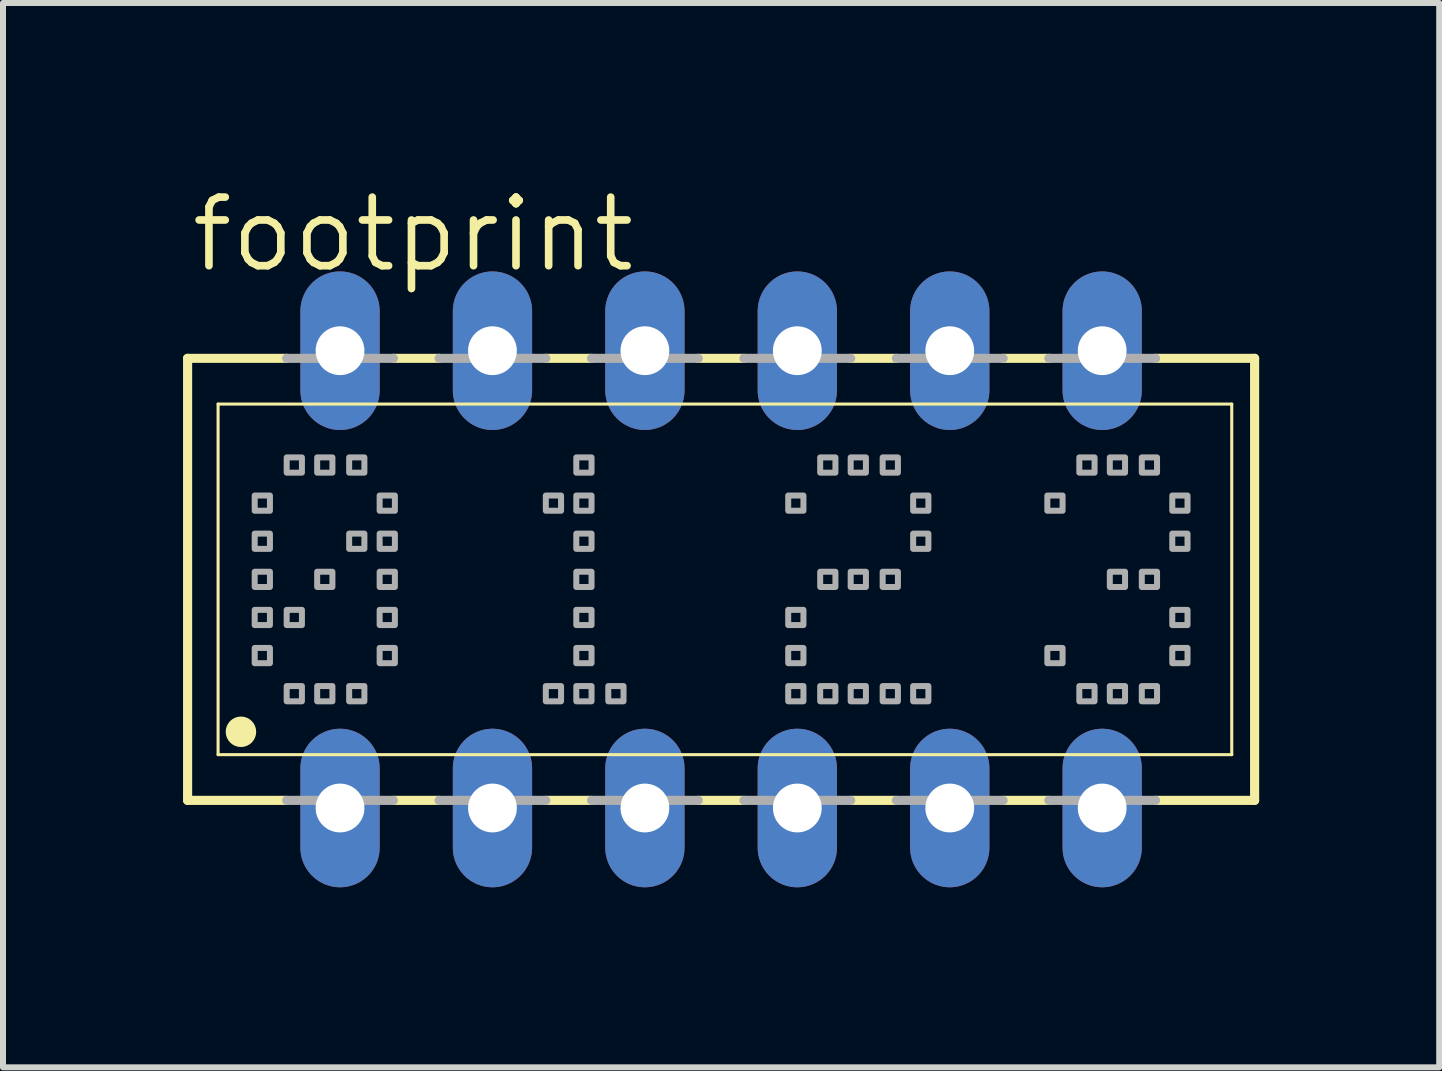
<source format=kicad_pcb>
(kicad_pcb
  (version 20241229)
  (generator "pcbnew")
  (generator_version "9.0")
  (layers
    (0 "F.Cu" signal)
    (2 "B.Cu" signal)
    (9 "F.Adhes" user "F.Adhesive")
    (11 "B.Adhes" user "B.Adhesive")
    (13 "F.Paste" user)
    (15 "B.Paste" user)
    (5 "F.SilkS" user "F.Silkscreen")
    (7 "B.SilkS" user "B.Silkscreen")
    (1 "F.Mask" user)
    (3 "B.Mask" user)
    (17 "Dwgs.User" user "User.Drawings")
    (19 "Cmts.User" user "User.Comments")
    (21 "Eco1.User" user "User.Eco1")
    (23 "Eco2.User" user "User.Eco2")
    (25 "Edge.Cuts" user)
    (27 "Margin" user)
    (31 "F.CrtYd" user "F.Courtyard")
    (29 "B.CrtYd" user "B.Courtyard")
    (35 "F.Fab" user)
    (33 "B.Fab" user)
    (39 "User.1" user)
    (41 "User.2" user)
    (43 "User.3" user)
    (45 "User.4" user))
  (footprint "footprint"
    (layer "F.Cu")
    (at 8.966 6.604)
    (property "Reference" "footprint" (at -8.89 -5.08 0) (layer "F.SilkS") (effects (font (size 1.143 1.143) (thickness 0.127)) (justify left bottom)))
    (fp_line (start -8.89 -3.683) (end -8.89 3.683) (stroke (width 0.152) (type solid)) (layer "F.SilkS"))
    (fp_line (start -8.382 2.921) (end -8.382 -2.921) (stroke (width 0.051) (type solid)) (layer "F.SilkS"))
    (fp_line (start -8.382 2.921) (end 8.509 2.921) (stroke (width 0.051) (type solid)) (layer "F.SilkS"))
    (fp_line (start -7.239 -3.683) (end -8.89 -3.683) (stroke (width 0.152) (type solid)) (layer "F.SilkS"))
    (fp_line (start -7.239 3.683) (end -8.89 3.683) (stroke (width 0.152) (type solid)) (layer "F.SilkS"))
    (fp_line (start -4.699 -3.683) (end -5.461 -3.683) (stroke (width 0.152) (type solid)) (layer "F.SilkS"))
    (fp_line (start -4.699 3.683) (end -5.461 3.683) (stroke (width 0.152) (type solid)) (layer "F.SilkS"))
    (fp_line (start -2.159 -3.683) (end -2.921 -3.683) (stroke (width 0.152) (type solid)) (layer "F.SilkS"))
    (fp_line (start -2.159 3.683) (end -2.921 3.683) (stroke (width 0.152) (type solid)) (layer "F.SilkS"))
    (fp_line (start 0.381 -3.683) (end -0.381 -3.683) (stroke (width 0.152) (type solid)) (layer "F.SilkS"))
    (fp_line (start 0.381 3.683) (end -0.381 3.683) (stroke (width 0.152) (type solid)) (layer "F.SilkS"))
    (fp_line (start 2.921 -3.683) (end 2.159 -3.683) (stroke (width 0.152) (type solid)) (layer "F.SilkS"))
    (fp_line (start 2.921 3.683) (end 2.159 3.683) (stroke (width 0.152) (type solid)) (layer "F.SilkS"))
    (fp_line (start 5.461 -3.683) (end 4.699 -3.683) (stroke (width 0.152) (type solid)) (layer "F.SilkS"))
    (fp_line (start 5.461 3.683) (end 4.699 3.683) (stroke (width 0.152) (type solid)) (layer "F.SilkS"))
    (fp_line (start 8.509 -2.921) (end -8.382 -2.921) (stroke (width 0.051) (type solid)) (layer "F.SilkS"))
    (fp_line (start 8.509 -2.921) (end 8.509 2.921) (stroke (width 0.051) (type solid)) (layer "F.SilkS"))
    (fp_line (start 8.89 -3.683) (end 7.239 -3.683) (stroke (width 0.152) (type solid)) (layer "F.SilkS"))
    (fp_line (start 8.89 3.683) (end 7.239 3.683) (stroke (width 0.152) (type solid)) (layer "F.SilkS"))
    (fp_line (start 8.89 3.683) (end 8.89 -3.683) (stroke (width 0.152) (type solid)) (layer "F.SilkS"))
    (fp_circle (center -8.001 2.54) (end -7.874 2.54) (stroke (width 0.254) (type solid)) (fill no) (layer "F.SilkS"))
    (fp_line (start -7.239 -3.683) (end -5.461 -3.683) (stroke (width 0.152) (type solid)) (layer "F.Fab"))
    (fp_line (start -5.461 3.683) (end -7.239 3.683) (stroke (width 0.152) (type solid)) (layer "F.Fab"))
    (fp_line (start -4.699 -3.683) (end -2.921 -3.683) (stroke (width 0.152) (type solid)) (layer "F.Fab"))
    (fp_line (start -4.699 3.683) (end -2.921 3.683) (stroke (width 0.152) (type solid)) (layer "F.Fab"))
    (fp_line (start -0.381 -3.683) (end -2.159 -3.683) (stroke (width 0.152) (type solid)) (layer "F.Fab"))
    (fp_line (start -0.381 3.683) (end -2.159 3.683) (stroke (width 0.152) (type solid)) (layer "F.Fab"))
    (fp_line (start 0.381 -3.683) (end 2.159 -3.683) (stroke (width 0.152) (type solid)) (layer "F.Fab"))
    (fp_line (start 2.159 3.683) (end 0.381 3.683) (stroke (width 0.152) (type solid)) (layer "F.Fab"))
    (fp_line (start 4.699 -3.683) (end 2.921 -3.683) (stroke (width 0.152) (type solid)) (layer "F.Fab"))
    (fp_line (start 4.699 3.683) (end 2.921 3.683) (stroke (width 0.152) (type solid)) (layer "F.Fab"))
    (fp_line (start 5.461 -3.683) (end 7.239 -3.683) (stroke (width 0.152) (type solid)) (layer "F.Fab"))
    (fp_line (start 5.461 3.683) (end 7.239 3.683) (stroke (width 0.152) (type solid)) (layer "F.Fab"))
    (fp_poly (pts (xy -7.772 -1.143) (xy -7.518 -1.143) (xy -7.518 -1.397) (xy -7.772 -1.397)) (stroke (width 0.1) (type solid)) (fill no) (layer "F.Fab"))
    (fp_poly (pts (xy -7.772 -0.508) (xy -7.518 -0.508) (xy -7.518 -0.762) (xy -7.772 -0.762)) (stroke (width 0.1) (type solid)) (fill no) (layer "F.Fab"))
    (fp_poly (pts (xy -7.772 0.127) (xy -7.518 0.127) (xy -7.518 -0.127) (xy -7.772 -0.127)) (stroke (width 0.1) (type solid)) (fill no) (layer "F.Fab"))
    (fp_poly (pts (xy -7.772 0.762) (xy -7.518 0.762) (xy -7.518 0.508) (xy -7.772 0.508)) (stroke (width 0.1) (type solid)) (fill no) (layer "F.Fab"))
    (fp_poly (pts (xy -7.772 1.397) (xy -7.518 1.397) (xy -7.518 1.143) (xy -7.772 1.143)) (stroke (width 0.1) (type solid)) (fill no) (layer "F.Fab"))
    (fp_poly (pts (xy -7.239 -1.778) (xy -6.985 -1.778) (xy -6.985 -2.032) (xy -7.239 -2.032)) (stroke (width 0.1) (type solid)) (fill no) (layer "F.Fab"))
    (fp_poly (pts (xy -7.239 0.762) (xy -6.985 0.762) (xy -6.985 0.508) (xy -7.239 0.508)) (stroke (width 0.1) (type solid)) (fill no) (layer "F.Fab"))
    (fp_poly (pts (xy -7.239 2.032) (xy -6.985 2.032) (xy -6.985 1.778) (xy -7.239 1.778)) (stroke (width 0.1) (type solid)) (fill no) (layer "F.Fab"))
    (fp_poly (pts (xy -6.731 -1.778) (xy -6.477 -1.778) (xy -6.477 -2.032) (xy -6.731 -2.032)) (stroke (width 0.1) (type solid)) (fill no) (layer "F.Fab"))
    (fp_poly (pts (xy -6.731 0.127) (xy -6.477 0.127) (xy -6.477 -0.127) (xy -6.731 -0.127)) (stroke (width 0.1) (type solid)) (fill no) (layer "F.Fab"))
    (fp_poly (pts (xy -6.731 2.032) (xy -6.477 2.032) (xy -6.477 1.778) (xy -6.731 1.778)) (stroke (width 0.1) (type solid)) (fill no) (layer "F.Fab"))
    (fp_poly (pts (xy -6.198 -1.778) (xy -5.944 -1.778) (xy -5.944 -2.032) (xy -6.198 -2.032)) (stroke (width 0.1) (type solid)) (fill no) (layer "F.Fab"))
    (fp_poly (pts (xy -6.198 -0.508) (xy -5.944 -0.508) (xy -5.944 -0.762) (xy -6.198 -0.762)) (stroke (width 0.1) (type solid)) (fill no) (layer "F.Fab"))
    (fp_poly (pts (xy -6.198 2.032) (xy -5.944 2.032) (xy -5.944 1.778) (xy -6.198 1.778)) (stroke (width 0.1) (type solid)) (fill no) (layer "F.Fab"))
    (fp_poly (pts (xy -5.69 -1.143) (xy -5.436 -1.143) (xy -5.436 -1.397) (xy -5.69 -1.397)) (stroke (width 0.1) (type solid)) (fill no) (layer "F.Fab"))
    (fp_poly (pts (xy -5.69 -0.508) (xy -5.436 -0.508) (xy -5.436 -0.762) (xy -5.69 -0.762)) (stroke (width 0.1) (type solid)) (fill no) (layer "F.Fab"))
    (fp_poly (pts (xy -5.69 0.127) (xy -5.436 0.127) (xy -5.436 -0.127) (xy -5.69 -0.127)) (stroke (width 0.1) (type solid)) (fill no) (layer "F.Fab"))
    (fp_poly (pts (xy -5.69 0.762) (xy -5.436 0.762) (xy -5.436 0.508) (xy -5.69 0.508)) (stroke (width 0.1) (type solid)) (fill no) (layer "F.Fab"))
    (fp_poly (pts (xy -5.69 1.397) (xy -5.436 1.397) (xy -5.436 1.143) (xy -5.69 1.143)) (stroke (width 0.1) (type solid)) (fill no) (layer "F.Fab"))
    (fp_poly (pts (xy -2.921 -1.143) (xy -2.667 -1.143) (xy -2.667 -1.397) (xy -2.921 -1.397)) (stroke (width 0.1) (type solid)) (fill no) (layer "F.Fab"))
    (fp_poly (pts (xy -2.921 2.032) (xy -2.667 2.032) (xy -2.667 1.778) (xy -2.921 1.778)) (stroke (width 0.1) (type solid)) (fill no) (layer "F.Fab"))
    (fp_poly (pts (xy -2.413 -1.778) (xy -2.159 -1.778) (xy -2.159 -2.032) (xy -2.413 -2.032)) (stroke (width 0.1) (type solid)) (fill no) (layer "F.Fab"))
    (fp_poly (pts (xy -2.413 -1.143) (xy -2.159 -1.143) (xy -2.159 -1.397) (xy -2.413 -1.397)) (stroke (width 0.1) (type solid)) (fill no) (layer "F.Fab"))
    (fp_poly (pts (xy -2.413 -0.508) (xy -2.159 -0.508) (xy -2.159 -0.762) (xy -2.413 -0.762)) (stroke (width 0.1) (type solid)) (fill no) (layer "F.Fab"))
    (fp_poly (pts (xy -2.413 0.127) (xy -2.159 0.127) (xy -2.159 -0.127) (xy -2.413 -0.127)) (stroke (width 0.1) (type solid)) (fill no) (layer "F.Fab"))
    (fp_poly (pts (xy -2.413 0.762) (xy -2.159 0.762) (xy -2.159 0.508) (xy -2.413 0.508)) (stroke (width 0.1) (type solid)) (fill no) (layer "F.Fab"))
    (fp_poly (pts (xy -2.413 1.397) (xy -2.159 1.397) (xy -2.159 1.143) (xy -2.413 1.143)) (stroke (width 0.1) (type solid)) (fill no) (layer "F.Fab"))
    (fp_poly (pts (xy -2.413 2.032) (xy -2.159 2.032) (xy -2.159 1.778) (xy -2.413 1.778)) (stroke (width 0.1) (type solid)) (fill no) (layer "F.Fab"))
    (fp_poly (pts (xy -1.88 2.032) (xy -1.626 2.032) (xy -1.626 1.778) (xy -1.88 1.778)) (stroke (width 0.1) (type solid)) (fill no) (layer "F.Fab"))
    (fp_poly (pts (xy 1.118 -1.143) (xy 1.372 -1.143) (xy 1.372 -1.397) (xy 1.118 -1.397)) (stroke (width 0.1) (type solid)) (fill no) (layer "F.Fab"))
    (fp_poly (pts (xy 1.118 0.762) (xy 1.372 0.762) (xy 1.372 0.508) (xy 1.118 0.508)) (stroke (width 0.1) (type solid)) (fill no) (layer "F.Fab"))
    (fp_poly (pts (xy 1.118 1.397) (xy 1.372 1.397) (xy 1.372 1.143) (xy 1.118 1.143)) (stroke (width 0.1) (type solid)) (fill no) (layer "F.Fab"))
    (fp_poly (pts (xy 1.118 2.032) (xy 1.372 2.032) (xy 1.372 1.778) (xy 1.118 1.778)) (stroke (width 0.1) (type solid)) (fill no) (layer "F.Fab"))
    (fp_poly (pts (xy 1.651 -1.778) (xy 1.905 -1.778) (xy 1.905 -2.032) (xy 1.651 -2.032)) (stroke (width 0.1) (type solid)) (fill no) (layer "F.Fab"))
    (fp_poly (pts (xy 1.651 0.127) (xy 1.905 0.127) (xy 1.905 -0.127) (xy 1.651 -0.127)) (stroke (width 0.1) (type solid)) (fill no) (layer "F.Fab"))
    (fp_poly (pts (xy 1.651 2.032) (xy 1.905 2.032) (xy 1.905 1.778) (xy 1.651 1.778)) (stroke (width 0.1) (type solid)) (fill no) (layer "F.Fab"))
    (fp_poly (pts (xy 2.159 -1.778) (xy 2.413 -1.778) (xy 2.413 -2.032) (xy 2.159 -2.032)) (stroke (width 0.1) (type solid)) (fill no) (layer "F.Fab"))
    (fp_poly (pts (xy 2.159 0.127) (xy 2.413 0.127) (xy 2.413 -0.127) (xy 2.159 -0.127)) (stroke (width 0.1) (type solid)) (fill no) (layer "F.Fab"))
    (fp_poly (pts (xy 2.159 2.032) (xy 2.413 2.032) (xy 2.413 1.778) (xy 2.159 1.778)) (stroke (width 0.1) (type solid)) (fill no) (layer "F.Fab"))
    (fp_poly (pts (xy 2.692 -1.778) (xy 2.946 -1.778) (xy 2.946 -2.032) (xy 2.692 -2.032)) (stroke (width 0.1) (type solid)) (fill no) (layer "F.Fab"))
    (fp_poly (pts (xy 2.692 0.127) (xy 2.946 0.127) (xy 2.946 -0.127) (xy 2.692 -0.127)) (stroke (width 0.1) (type solid)) (fill no) (layer "F.Fab"))
    (fp_poly (pts (xy 2.692 2.032) (xy 2.946 2.032) (xy 2.946 1.778) (xy 2.692 1.778)) (stroke (width 0.1) (type solid)) (fill no) (layer "F.Fab"))
    (fp_poly (pts (xy 3.2 -1.143) (xy 3.454 -1.143) (xy 3.454 -1.397) (xy 3.2 -1.397)) (stroke (width 0.1) (type solid)) (fill no) (layer "F.Fab"))
    (fp_poly (pts (xy 3.2 -0.508) (xy 3.454 -0.508) (xy 3.454 -0.762) (xy 3.2 -0.762)) (stroke (width 0.1) (type solid)) (fill no) (layer "F.Fab"))
    (fp_poly (pts (xy 3.2 2.032) (xy 3.454 2.032) (xy 3.454 1.778) (xy 3.2 1.778)) (stroke (width 0.1) (type solid)) (fill no) (layer "F.Fab"))
    (fp_poly (pts (xy 5.436 -1.143) (xy 5.69 -1.143) (xy 5.69 -1.397) (xy 5.436 -1.397)) (stroke (width 0.1) (type solid)) (fill no) (layer "F.Fab"))
    (fp_poly (pts (xy 5.436 1.397) (xy 5.69 1.397) (xy 5.69 1.143) (xy 5.436 1.143)) (stroke (width 0.1) (type solid)) (fill no) (layer "F.Fab"))
    (fp_poly (pts (xy 5.969 -1.778) (xy 6.223 -1.778) (xy 6.223 -2.032) (xy 5.969 -2.032)) (stroke (width 0.1) (type solid)) (fill no) (layer "F.Fab"))
    (fp_poly (pts (xy 5.969 2.032) (xy 6.223 2.032) (xy 6.223 1.778) (xy 5.969 1.778)) (stroke (width 0.1) (type solid)) (fill no) (layer "F.Fab"))
    (fp_poly (pts (xy 6.477 -1.778) (xy 6.731 -1.778) (xy 6.731 -2.032) (xy 6.477 -2.032)) (stroke (width 0.1) (type solid)) (fill no) (layer "F.Fab"))
    (fp_poly (pts (xy 6.477 0.127) (xy 6.731 0.127) (xy 6.731 -0.127) (xy 6.477 -0.127)) (stroke (width 0.1) (type solid)) (fill no) (layer "F.Fab"))
    (fp_poly (pts (xy 6.477 2.032) (xy 6.731 2.032) (xy 6.731 1.778) (xy 6.477 1.778)) (stroke (width 0.1) (type solid)) (fill no) (layer "F.Fab"))
    (fp_poly (pts (xy 7.01 -1.778) (xy 7.264 -1.778) (xy 7.264 -2.032) (xy 7.01 -2.032)) (stroke (width 0.1) (type solid)) (fill no) (layer "F.Fab"))
    (fp_poly (pts (xy 7.01 0.127) (xy 7.264 0.127) (xy 7.264 -0.127) (xy 7.01 -0.127)) (stroke (width 0.1) (type solid)) (fill no) (layer "F.Fab"))
    (fp_poly (pts (xy 7.01 2.032) (xy 7.264 2.032) (xy 7.264 1.778) (xy 7.01 1.778)) (stroke (width 0.1) (type solid)) (fill no) (layer "F.Fab"))
    (fp_poly (pts (xy 7.518 -1.143) (xy 7.772 -1.143) (xy 7.772 -1.397) (xy 7.518 -1.397)) (stroke (width 0.1) (type solid)) (fill no) (layer "F.Fab"))
    (fp_poly (pts (xy 7.518 -0.508) (xy 7.772 -0.508) (xy 7.772 -0.762) (xy 7.518 -0.762)) (stroke (width 0.1) (type solid)) (fill no) (layer "F.Fab"))
    (fp_poly (pts (xy 7.518 0.762) (xy 7.772 0.762) (xy 7.772 0.508) (xy 7.518 0.508)) (stroke (width 0.1) (type solid)) (fill no) (layer "F.Fab"))
    (fp_poly (pts (xy 7.518 1.397) (xy 7.772 1.397) (xy 7.772 1.143) (xy 7.518 1.143)) (stroke (width 0.1) (type solid)) (fill no) (layer "F.Fab"))
    (pad "1" thru_hole oval (at -6.35 3.81 90) (size 2.642 1.321) (drill 0.813) (layers "*.Cu" "*.Mask"))
    (pad "2" thru_hole oval (at -3.81 3.81 90) (size 2.642 1.321) (drill 0.813) (layers "*.Cu" "*.Mask"))
    (pad "3" thru_hole oval (at -1.27 3.81 90) (size 2.642 1.321) (drill 0.813) (layers "*.Cu" "*.Mask"))
    (pad "4" thru_hole oval (at 1.27 3.81 90) (size 2.642 1.321) (drill 0.813) (layers "*.Cu" "*.Mask"))
    (pad "5" thru_hole oval (at 3.81 3.81 90) (size 2.642 1.321) (drill 0.813) (layers "*.Cu" "*.Mask"))
    (pad "6" thru_hole oval (at 6.35 3.81 90) (size 2.642 1.321) (drill 0.813) (layers "*.Cu" "*.Mask"))
    (pad "7" thru_hole oval (at 6.35 -3.81 90) (size 2.642 1.321) (drill 0.813) (layers "*.Cu" "*.Mask"))
    (pad "8" thru_hole oval (at 3.81 -3.81 90) (size 2.642 1.321) (drill 0.813) (layers "*.Cu" "*.Mask"))
    (pad "9" thru_hole oval (at 1.27 -3.81 90) (size 2.642 1.321) (drill 0.813) (layers "*.Cu" "*.Mask"))
    (pad "10" thru_hole oval (at -1.27 -3.81 90) (size 2.642 1.321) (drill 0.813) (layers "*.Cu" "*.Mask"))
    (pad "11" thru_hole oval (at -3.81 -3.81 90) (size 2.642 1.321) (drill 0.813) (layers "*.Cu" "*.Mask"))
    (pad "12" thru_hole oval (at -6.35 -3.81 90) (size 2.642 1.321) (drill 0.813) (layers "*.Cu" "*.Mask")))
  (gr_rect
    (start -3 -3)
    (end 20.932 14.735)
    (stroke (width 0.1) (type default))
    (fill no)
    (layer "Edge.Cuts")))
</source>
